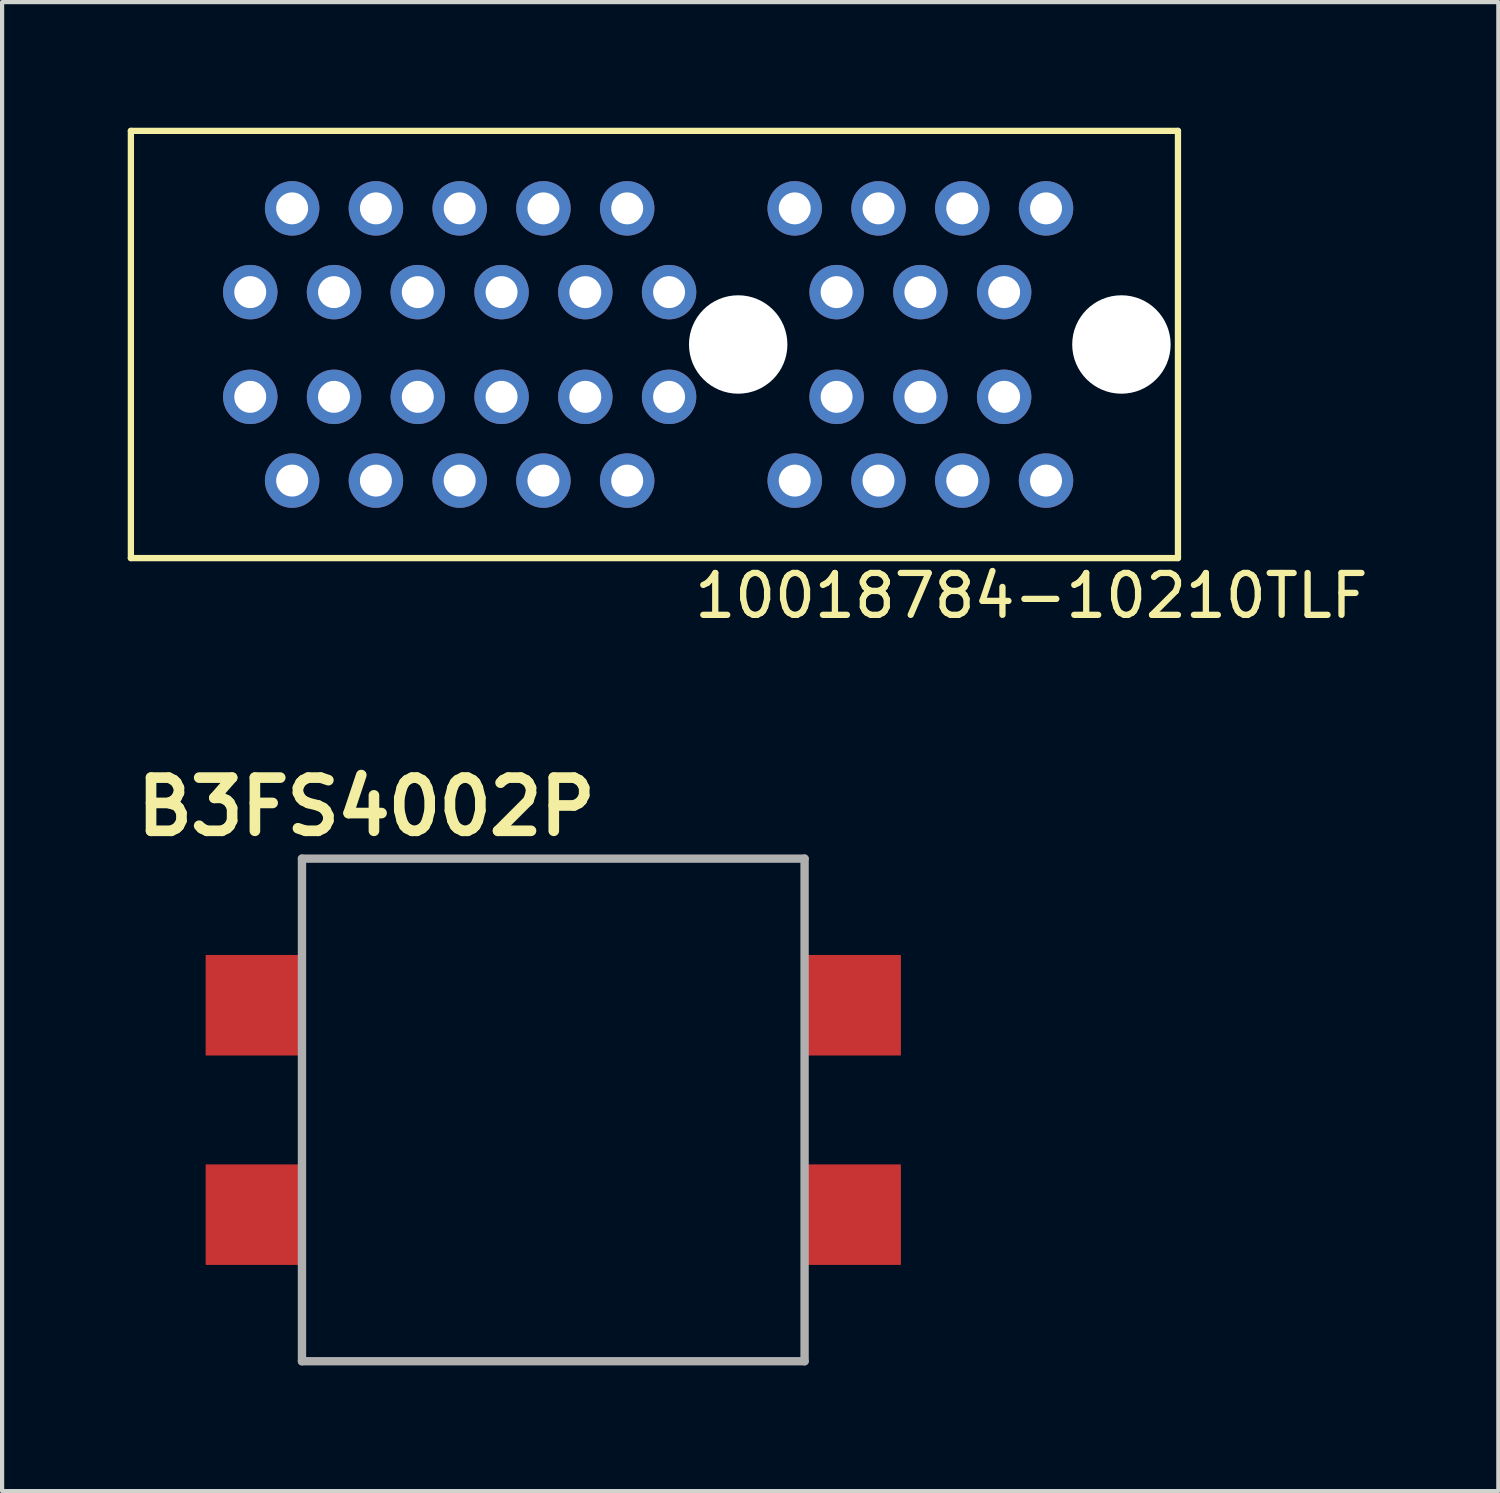
<source format=kicad_pcb>
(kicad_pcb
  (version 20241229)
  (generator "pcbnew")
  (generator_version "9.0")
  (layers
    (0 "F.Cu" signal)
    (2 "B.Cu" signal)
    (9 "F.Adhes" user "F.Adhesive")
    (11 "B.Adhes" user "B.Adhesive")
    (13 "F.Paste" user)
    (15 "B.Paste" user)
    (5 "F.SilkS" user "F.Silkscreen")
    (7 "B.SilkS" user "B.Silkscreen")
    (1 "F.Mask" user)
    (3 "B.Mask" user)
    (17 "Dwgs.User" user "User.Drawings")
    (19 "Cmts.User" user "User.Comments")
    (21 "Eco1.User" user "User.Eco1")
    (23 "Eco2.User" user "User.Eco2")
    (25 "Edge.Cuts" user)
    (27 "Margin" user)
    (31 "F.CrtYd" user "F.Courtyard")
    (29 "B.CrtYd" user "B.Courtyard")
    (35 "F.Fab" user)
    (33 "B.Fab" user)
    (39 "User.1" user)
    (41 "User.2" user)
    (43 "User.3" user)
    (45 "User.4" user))
  (footprint "10018784-10210TLF"
    (layer "F.Cu")
    (at 14.575 5.175)
    (property "Reference" "10018784-10210TLF" (at 7 6 0) (layer "F.SilkS") (effects (font (size 1 1) (thickness 0.15))))
    (attr through_hole)
    (fp_line (start -14.5 -5.1) (end -14.5 5.1) (stroke (width 0.15) (type solid)) (layer "F.SilkS"))
    (fp_line (start -14.5 -5.1) (end 10.5 -5.1) (stroke (width 0.15) (type solid)) (layer "F.SilkS"))
    (fp_line (start -14.5 5.1) (end 10.5 5.1) (stroke (width 0.15) (type solid)) (layer "F.SilkS"))
    (fp_line (start 10.5 -5.1) (end 10.5 5.1) (stroke (width 0.15) (type solid)) (layer "F.SilkS"))
    (pad "" np_thru_hole circle (at 0 0) (size 2.35 2.35) (drill 2.35) (layers "*.Cu" "*.Mask"))
    (pad "" np_thru_hole circle (at 9.15 0) (size 2.35 2.35) (drill 2.35) (layers "*.Cu" "*.Mask"))
    (pad "A1" thru_hole circle (at -11.65 -1.25) (size 1.3 1.3) (drill 0.762) (layers "*.Cu" "*.Mask"))
    (pad "A2" thru_hole circle (at -10.65 -3.25) (size 1.3 1.3) (drill 0.762) (layers "*.Cu" "*.Mask"))
    (pad "A3" thru_hole circle (at -9.65 -1.25) (size 1.3 1.3) (drill 0.762) (layers "*.Cu" "*.Mask"))
    (pad "A4" thru_hole circle (at -8.65 -3.25) (size 1.3 1.3) (drill 0.762) (layers "*.Cu" "*.Mask"))
    (pad "A5" thru_hole circle (at -7.65 -1.25) (size 1.3 1.3) (drill 0.762) (layers "*.Cu" "*.Mask"))
    (pad "A6" thru_hole circle (at -6.65 -3.25) (size 1.3 1.3) (drill 0.762) (layers "*.Cu" "*.Mask"))
    (pad "A7" thru_hole circle (at -5.65 -1.25) (size 1.3 1.3) (drill 0.762) (layers "*.Cu" "*.Mask"))
    (pad "A8" thru_hole circle (at -4.65 -3.25) (size 1.3 1.3) (drill 0.762) (layers "*.Cu" "*.Mask"))
    (pad "A9" thru_hole circle (at -3.65 -1.25) (size 1.3 1.3) (drill 0.762) (layers "*.Cu" "*.Mask"))
    (pad "A10" thru_hole circle (at -2.65 -3.25) (size 1.3 1.3) (drill 0.762) (layers "*.Cu" "*.Mask"))
    (pad "A11" thru_hole circle (at -1.65 -1.25) (size 1.3 1.3) (drill 0.762) (layers "*.Cu" "*.Mask"))
    (pad "A12" thru_hole circle (at 1.35 -3.25) (size 1.3 1.3) (drill 0.762) (layers "*.Cu" "*.Mask"))
    (pad "A13" thru_hole circle (at 2.35 -1.25) (size 1.3 1.3) (drill 0.762) (layers "*.Cu" "*.Mask"))
    (pad "A14" thru_hole circle (at 3.35 -3.25) (size 1.3 1.3) (drill 0.762) (layers "*.Cu" "*.Mask"))
    (pad "A15" thru_hole circle (at 4.35 -1.25) (size 1.3 1.3) (drill 0.762) (layers "*.Cu" "*.Mask"))
    (pad "A16" thru_hole circle (at 5.35 -3.25) (size 1.3 1.3) (drill 0.762) (layers "*.Cu" "*.Mask"))
    (pad "A17" thru_hole circle (at 6.35 -1.25) (size 1.3 1.3) (drill 0.762) (layers "*.Cu" "*.Mask"))
    (pad "A18" thru_hole circle (at 7.35 -3.25) (size 1.3 1.3) (drill 0.762) (layers "*.Cu" "*.Mask"))
    (pad "B1" thru_hole circle (at -11.65 1.25) (size 1.3 1.3) (drill 0.762) (layers "*.Cu" "*.Mask"))
    (pad "B2" thru_hole circle (at -10.65 3.25) (size 1.3 1.3) (drill 0.762) (layers "*.Cu" "*.Mask"))
    (pad "B3" thru_hole circle (at -9.65 1.25) (size 1.3 1.3) (drill 0.762) (layers "*.Cu" "*.Mask"))
    (pad "B4" thru_hole circle (at -8.65 3.25) (size 1.3 1.3) (drill 0.762) (layers "*.Cu" "*.Mask"))
    (pad "B5" thru_hole circle (at -7.65 1.25) (size 1.3 1.3) (drill 0.762) (layers "*.Cu" "*.Mask"))
    (pad "B6" thru_hole circle (at -6.65 3.25) (size 1.3 1.3) (drill 0.762) (layers "*.Cu" "*.Mask"))
    (pad "B7" thru_hole circle (at -5.65 1.25) (size 1.3 1.3) (drill 0.762) (layers "*.Cu" "*.Mask"))
    (pad "B8" thru_hole circle (at -4.65 3.25) (size 1.3 1.3) (drill 0.762) (layers "*.Cu" "*.Mask"))
    (pad "B9" thru_hole circle (at -3.65 1.25) (size 1.3 1.3) (drill 0.762) (layers "*.Cu" "*.Mask"))
    (pad "B10" thru_hole circle (at -2.65 3.25) (size 1.3 1.3) (drill 0.762) (layers "*.Cu" "*.Mask"))
    (pad "B11" thru_hole circle (at -1.65 1.25) (size 1.3 1.3) (drill 0.762) (layers "*.Cu" "*.Mask"))
    (pad "B12" thru_hole circle (at 1.35 3.25) (size 1.3 1.3) (drill 0.762) (layers "*.Cu" "*.Mask"))
    (pad "B13" thru_hole circle (at 2.35 1.25) (size 1.3 1.3) (drill 0.762) (layers "*.Cu" "*.Mask"))
    (pad "B14" thru_hole circle (at 3.35 3.25) (size 1.3 1.3) (drill 0.762) (layers "*.Cu" "*.Mask"))
    (pad "B15" thru_hole circle (at 4.35 1.25) (size 1.3 1.3) (drill 0.762) (layers "*.Cu" "*.Mask"))
    (pad "B16" thru_hole circle (at 5.35 3.25) (size 1.3 1.3) (drill 0.762) (layers "*.Cu" "*.Mask"))
    (pad "B17" thru_hole circle (at 6.35 1.25) (size 1.3 1.3) (drill 0.762) (layers "*.Cu" "*.Mask"))
    (pad "B18" thru_hole circle (at 7.35 3.25) (size 1.3 1.3) (drill 0.762) (layers "*.Cu" "*.Mask")))
  (footprint "B3FS4002P"
    (layer "F.Cu")
    (at 11.285 23.451)
    (property "Reference" "B3FS4002P" (at -5.588 -7.239 0) (layer "F.SilkS") (effects (font (size 1.27 1.27) (thickness 0.254))))
    (attr smd)
    (fp_line (start -7.135 -6) (end 4.87 -6) (stroke (width 0.1) (type solid)) (layer "F.Fab"))
    (fp_line (start -7.135 4.5) (end -7.135 6) (stroke (width 0.1) (type solid)) (layer "F.Fab"))
    (fp_line (start -7.135 6) (end 4.875 6) (stroke (width 0.1) (type solid)) (layer "F.Fab"))
    (fp_line (start -7.125 -6) (end 4.875 -6) (stroke (width 0.2) (type solid)) (layer "F.Fab"))
    (fp_line (start -7.125 -4.5) (end -7.135 -6) (stroke (width 0.1) (type solid)) (layer "F.Fab"))
    (fp_line (start -7.125 0.5) (end -7.135 -0.5) (stroke (width 0.1) (type solid)) (layer "F.Fab"))
    (fp_line (start -7.125 6) (end -7.125 -6) (stroke (width 0.2) (type solid)) (layer "F.Fab"))
    (fp_line (start 4.87 -6) (end 4.87 -4.5) (stroke (width 0.1) (type solid)) (layer "F.Fab"))
    (fp_line (start 4.875 -6) (end 4.875 6) (stroke (width 0.2) (type solid)) (layer "F.Fab"))
    (fp_line (start 4.875 0.5) (end 4.875 -0.5) (stroke (width 0.1) (type solid)) (layer "F.Fab"))
    (fp_line (start 4.875 6) (end -7.125 6) (stroke (width 0.2) (type solid)) (layer "F.Fab"))
    (fp_line (start 4.875 6) (end 4.875 4.5) (stroke (width 0.1) (type solid)) (layer "F.Fab"))
    (pad "1" smd rect (at 6.025 2.5) (size 2.3 2.4) (layers "F.Cu" "F.Mask" "F.Paste"))
    (pad "2" smd rect (at -8.275 2.5) (size 2.3 2.4) (layers "F.Cu" "F.Mask" "F.Paste"))
    (pad "3" smd rect (at 6.025 -2.5) (size 2.3 2.4) (layers "F.Cu" "F.Mask" "F.Paste"))
    (pad "4" smd rect (at -8.275 -2.5) (size 2.3 2.4) (layers "F.Cu" "F.Mask" "F.Paste")))
  (gr_rect
    (start -3 -3)
    (end 32.724 32.551)
    (stroke (width 0.1) (type default))
    (fill no)
    (layer "Edge.Cuts")))
</source>
